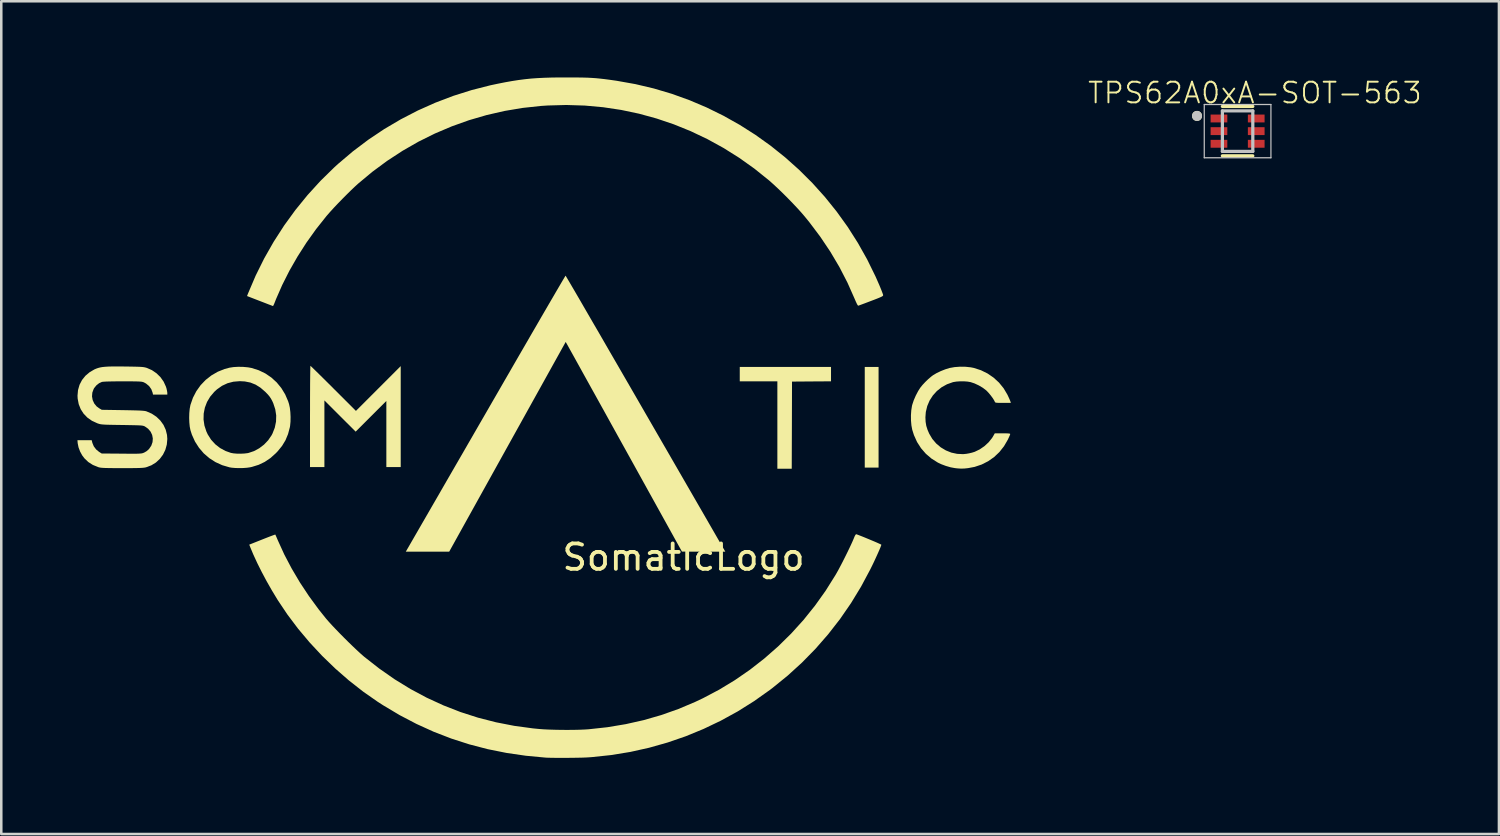
<source format=kicad_pcb>
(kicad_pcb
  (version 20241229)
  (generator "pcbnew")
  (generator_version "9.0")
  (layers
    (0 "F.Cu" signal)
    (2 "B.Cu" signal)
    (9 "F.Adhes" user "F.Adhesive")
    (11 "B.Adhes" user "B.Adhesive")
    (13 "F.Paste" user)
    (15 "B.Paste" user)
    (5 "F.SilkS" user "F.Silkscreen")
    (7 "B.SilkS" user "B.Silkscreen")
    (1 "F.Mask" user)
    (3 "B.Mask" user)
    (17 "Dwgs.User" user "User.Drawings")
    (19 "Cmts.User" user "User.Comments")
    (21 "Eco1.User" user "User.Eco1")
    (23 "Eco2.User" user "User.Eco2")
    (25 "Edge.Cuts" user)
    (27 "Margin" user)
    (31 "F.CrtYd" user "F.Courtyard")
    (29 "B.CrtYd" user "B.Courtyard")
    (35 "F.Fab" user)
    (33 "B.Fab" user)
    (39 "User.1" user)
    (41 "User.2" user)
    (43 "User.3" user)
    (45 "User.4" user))
  (footprint "TPS62A0xA-SOT-563"
    (layer "F.Cu")
    (at 45.695 2.115)
    (property "Reference" "TPS62A0xA-SOT-563" (at 0.681 -1.506 0) (layer "F.SilkS") (effects (font (size 0.813 0.813) (thickness 0.076))))
    (attr smd)
    (fp_line (start -0.599 -0.973) (end 0.599 -0.973) (stroke (width 0.127) (type solid)) (layer "F.SilkS"))
    (fp_line (start -0.599 0.973) (end 0.599 0.973) (stroke (width 0.127) (type solid)) (layer "F.SilkS"))
    (fp_circle (center -1.598 -0.599) (end -1.598 -0.699) (stroke (width 0.198) (type solid)) (fill no) (layer "F.SilkS"))
    (fp_line (start -1.313 -1.049) (end 1.313 -1.049) (stroke (width 0.048) (type solid)) (layer "Dwgs.User"))
    (fp_line (start -1.313 1.049) (end -1.313 -1.049) (stroke (width 0.048) (type solid)) (layer "Dwgs.User"))
    (fp_line (start -0.599 -0.798) (end 0.599 -0.798) (stroke (width 0.127) (type solid)) (layer "Dwgs.User"))
    (fp_line (start -0.599 0.798) (end -0.599 -0.798) (stroke (width 0.127) (type solid)) (layer "Dwgs.User"))
    (fp_line (start 0.599 -0.798) (end 0.599 0.798) (stroke (width 0.127) (type solid)) (layer "Dwgs.User"))
    (fp_line (start 0.599 0.798) (end -0.599 0.798) (stroke (width 0.127) (type solid)) (layer "Dwgs.User"))
    (fp_line (start 1.313 -1.049) (end 1.313 1.049) (stroke (width 0.048) (type solid)) (layer "Dwgs.User"))
    (fp_line (start 1.313 1.049) (end -1.313 1.049) (stroke (width 0.048) (type solid)) (layer "Dwgs.User"))
    (fp_circle (center -1.598 -0.599) (end -1.598 -0.699) (stroke (width 0.198) (type solid)) (fill no) (layer "Dwgs.User"))
    (pad "1" smd rect (at -0.734 -0.498) (size 0.658 0.31) (layers "F.Cu" "F.Mask" "F.Paste"))
    (pad "2" smd rect (at -0.734 0) (size 0.658 0.31) (layers "F.Cu" "F.Mask" "F.Paste"))
    (pad "3" smd rect (at -0.734 0.498) (size 0.658 0.31) (layers "F.Cu" "F.Mask" "F.Paste"))
    (pad "4" smd rect (at 0.734 0.498) (size 0.658 0.31) (layers "F.Cu" "F.Mask" "F.Paste"))
    (pad "5" smd rect (at 0.734 0) (size 0.658 0.31) (layers "F.Cu" "F.Mask" "F.Paste"))
    (pad "6" smd rect (at 0.734 -0.498) (size 0.658 0.31) (layers "F.Cu" "F.Mask" "F.Paste")))
  (footprint "SomaticLogo"
    (layer "F.Cu")
    (at 18.985 13.298)
    (property "Reference" "SomaticLogo" (at 4.888 5.602 0) (unlocked yes) (layer "F.SilkS") (effects (font (size 1 1) (thickness 0.15))))
    (attr board_only exclude_from_pos_files exclude_from_bom)
    (fp_poly (pts (xy 12.569 0.087) (xy 12.569 2.069) (xy 12.297 2.069) (xy 12.025 2.069) (xy 12.025 0.087) (xy 12.025 -1.895) (xy 12.297 -1.895) (xy 12.569 -1.895)) (stroke (width 0) (type solid)) (fill yes) (layer "F.SilkS"))
    (fp_poly (pts (xy 10.696 -1.612) (xy 10.696 -1.329) (xy 9.928 -1.324) (xy 9.16 -1.318) (xy 9.155 0.398) (xy 9.149 2.113) (xy 8.866 2.113) (xy 8.583 2.113) (xy 8.583 0.392) (xy 8.583 -1.329) (xy 7.842 -1.329) (xy 7.102 -1.329) (xy 7.102 -1.612) (xy 7.102 -1.895) (xy 8.899 -1.895) (xy 10.696 -1.895)) (stroke (width 0) (type solid)) (fill yes) (layer "F.SilkS"))
    (fp_poly (pts (xy -9.79 -1.924) (xy -9.744 -1.881) (xy -9.673 -1.812) (xy -9.58 -1.721) (xy -9.467 -1.61) (xy -9.336 -1.481) (xy -9.192 -1.338) (xy -9.037 -1.184) (xy -8.904 -1.051) (xy -8.016 -0.164) (xy -7.134 -1.046) (xy -6.252 -1.928) (xy -6.252 0.06) (xy -6.252 2.048) (xy -6.535 2.048) (xy -6.818 2.048) (xy -6.818 0.746) (xy -6.818 -0.555) (xy -7.423 0.049) (xy -8.027 0.653) (xy -8.643 0.038) (xy -9.258 -0.577) (xy -9.258 0.735) (xy -9.258 2.048) (xy -9.541 2.048) (xy -9.825 2.048) (xy -9.825 0.054) (xy -9.824 -0.236) (xy -9.824 -0.514) (xy -9.823 -0.776) (xy -9.822 -1.019) (xy -9.821 -1.241) (xy -9.819 -1.437) (xy -9.817 -1.605) (xy -9.815 -1.743) (xy -9.813 -1.846) (xy -9.811 -1.912) (xy -9.809 -1.938) (xy -9.808 -1.939)) (stroke (width 0) (type solid)) (fill yes) (layer "F.SilkS"))
    (fp_poly (pts (xy 0.251 -5.475) (xy 0.278 -5.43) (xy 0.322 -5.355) (xy 0.385 -5.25) (xy 0.464 -5.114) (xy 0.562 -4.947) (xy 0.678 -4.748) (xy 0.812 -4.518) (xy 0.964 -4.255) (xy 1.135 -3.96) (xy 1.325 -3.632) (xy 1.535 -3.272) (xy 1.763 -2.877) (xy 2.01 -2.449) (xy 2.278 -1.987) (xy 2.565 -1.491) (xy 2.872 -0.96) (xy 3.199 -0.394) (xy 3.546 0.208) (xy 3.914 0.845) (xy 4.303 1.518) (xy 4.713 2.228) (xy 5.144 2.974) (xy 5.596 3.757) (xy 6.069 4.577) (xy 6.259 4.907) (xy 6.533 5.381) (xy 5.679 5.38) (xy 4.825 5.379) (xy 2.603 1.368) (xy 2.387 0.979) (xy 2.176 0.598) (xy 1.971 0.228) (xy 1.774 -0.129) (xy 1.584 -0.471) (xy 1.404 -0.796) (xy 1.233 -1.103) (xy 1.074 -1.39) (xy 0.927 -1.655) (xy 0.794 -1.896) (xy 0.674 -2.112) (xy 0.57 -2.3) (xy 0.482 -2.458) (xy 0.411 -2.586) (xy 0.359 -2.68) (xy 0.326 -2.74) (xy 0.314 -2.761) (xy 0.246 -2.88) (xy -2.049 1.25) (xy -4.343 5.381) (xy -5.198 5.381) (xy -6.052 5.381) (xy -5.024 3.6) (xy -4.902 3.389) (xy -4.76 3.144) (xy -4.601 2.867) (xy -4.425 2.562) (xy -4.235 2.233) (xy -4.032 1.882) (xy -3.818 1.512) (xy -3.596 1.127) (xy -3.366 0.729) (xy -3.132 0.323) (xy -2.894 -0.088) (xy -2.655 -0.503) (xy -2.416 -0.916) (xy -2.18 -1.326) (xy -1.947 -1.728) (xy -1.886 -1.835) (xy -1.673 -2.204) (xy -1.466 -2.562) (xy -1.265 -2.908) (xy -1.073 -3.241) (xy -0.889 -3.557) (xy -0.716 -3.857) (xy -0.553 -4.137) (xy -0.403 -4.395) (xy -0.265 -4.631) (xy -0.142 -4.843) (xy -0.034 -5.027) (xy 0.058 -5.184) (xy 0.132 -5.31) (xy 0.188 -5.404) (xy 0.224 -5.464) (xy 0.24 -5.489) (xy 0.241 -5.49)) (stroke (width 0) (type solid)) (fill yes) (layer "F.SilkS"))
    (fp_poly (pts (xy -12.455 -1.897) (xy -12.268 -1.88) (xy -12.125 -1.854) (xy -11.845 -1.765) (xy -11.584 -1.639) (xy -11.347 -1.478) (xy -11.136 -1.285) (xy -10.954 -1.063) (xy -10.803 -0.815) (xy -10.686 -0.543) (xy -10.651 -0.434) (xy -10.619 -0.287) (xy -10.599 -0.112) (xy -10.59 0.075) (xy -10.593 0.259) (xy -10.609 0.425) (xy -10.619 0.481) (xy -10.69 0.749) (xy -10.79 0.991) (xy -10.925 1.214) (xy -11.098 1.427) (xy -11.173 1.505) (xy -11.387 1.696) (xy -11.61 1.846) (xy -11.849 1.96) (xy -12.11 2.041) (xy -12.182 2.057) (xy -12.305 2.075) (xy -12.453 2.086) (xy -12.612 2.089) (xy -12.769 2.085) (xy -12.907 2.073) (xy -12.994 2.059) (xy -13.283 1.974) (xy -13.55 1.852) (xy -13.794 1.695) (xy -14.011 1.507) (xy -14.198 1.288) (xy -14.355 1.043) (xy -14.477 0.773) (xy -14.535 0.592) (xy -14.562 0.454) (xy -14.578 0.287) (xy -14.582 0.176) (xy -14.018 0.176) (xy -13.983 0.414) (xy -13.906 0.648) (xy -13.853 0.762) (xy -13.722 0.969) (xy -13.558 1.149) (xy -13.366 1.299) (xy -13.149 1.416) (xy -12.94 1.49) (xy -12.833 1.509) (xy -12.7 1.52) (xy -12.554 1.522) (xy -12.411 1.515) (xy -12.286 1.5) (xy -12.247 1.492) (xy -12.03 1.419) (xy -11.825 1.308) (xy -11.637 1.165) (xy -11.473 0.993) (xy -11.34 0.799) (xy -11.304 0.731) (xy -11.212 0.497) (xy -11.163 0.258) (xy -11.156 0.016) (xy -11.193 -0.226) (xy -11.272 -0.465) (xy -11.308 -0.545) (xy -11.359 -0.641) (xy -11.413 -0.723) (xy -11.48 -0.805) (xy -11.57 -0.898) (xy -11.587 -0.915) (xy -11.774 -1.077) (xy -11.967 -1.198) (xy -12.171 -1.28) (xy -12.392 -1.324) (xy -12.591 -1.335) (xy -12.841 -1.314) (xy -13.073 -1.254) (xy -13.289 -1.153) (xy -13.489 -1.012) (xy -13.595 -0.915) (xy -13.757 -0.724) (xy -13.881 -0.516) (xy -13.966 -0.293) (xy -14.012 -0.061) (xy -14.018 0.176) (xy -14.582 0.176) (xy -14.584 0.105) (xy -14.579 -0.078) (xy -14.563 -0.248) (xy -14.536 -0.391) (xy -14.533 -0.403) (xy -14.435 -0.684) (xy -14.301 -0.942) (xy -14.133 -1.177) (xy -13.935 -1.384) (xy -13.709 -1.561) (xy -13.459 -1.706) (xy -13.187 -1.815) (xy -12.999 -1.865) (xy -12.837 -1.89) (xy -12.65 -1.901)) (stroke (width 0) (type solid)) (fill yes) (layer "F.SilkS"))
    (fp_poly (pts (xy 15.995 -1.902) (xy 16.203 -1.88) (xy 16.323 -1.856) (xy 16.603 -1.765) (xy 16.864 -1.636) (xy 17.101 -1.473) (xy 17.313 -1.278) (xy 17.495 -1.054) (xy 17.644 -0.803) (xy 17.664 -0.761) (xy 17.704 -0.674) (xy 17.738 -0.597) (xy 17.76 -0.542) (xy 17.765 -0.528) (xy 17.779 -0.479) (xy 17.471 -0.479) (xy 17.349 -0.48) (xy 17.263 -0.482) (xy 17.207 -0.486) (xy 17.174 -0.494) (xy 17.157 -0.506) (xy 17.151 -0.517) (xy 17.117 -0.586) (xy 17.061 -0.674) (xy 16.989 -0.771) (xy 16.912 -0.865) (xy 16.836 -0.946) (xy 16.811 -0.97) (xy 16.678 -1.072) (xy 16.518 -1.167) (xy 16.349 -1.246) (xy 16.196 -1.297) (xy 16.077 -1.318) (xy 15.933 -1.329) (xy 15.78 -1.329) (xy 15.634 -1.319) (xy 15.512 -1.299) (xy 15.499 -1.296) (xy 15.265 -1.213) (xy 15.052 -1.095) (xy 14.865 -0.946) (xy 14.707 -0.771) (xy 14.579 -0.572) (xy 14.486 -0.355) (xy 14.43 -0.122) (xy 14.414 0.087) (xy 14.422 0.265) (xy 14.448 0.424) (xy 14.498 0.582) (xy 14.564 0.734) (xy 14.686 0.94) (xy 14.839 1.12) (xy 15.019 1.272) (xy 15.219 1.392) (xy 15.436 1.479) (xy 15.664 1.528) (xy 15.899 1.539) (xy 16.023 1.527) (xy 16.133 1.508) (xy 16.247 1.481) (xy 16.343 1.451) (xy 16.354 1.448) (xy 16.551 1.353) (xy 16.737 1.226) (xy 16.902 1.074) (xy 17.038 0.905) (xy 17.079 0.839) (xy 17.147 0.719) (xy 17.45 0.719) (xy 17.576 0.72) (xy 17.664 0.723) (xy 17.719 0.728) (xy 17.747 0.737) (xy 17.754 0.748) (xy 17.745 0.779) (xy 17.72 0.839) (xy 17.684 0.917) (xy 17.659 0.971) (xy 17.51 1.227) (xy 17.33 1.455) (xy 17.121 1.653) (xy 16.886 1.818) (xy 16.63 1.948) (xy 16.354 2.041) (xy 16.095 2.09) (xy 15.945 2.106) (xy 15.814 2.109) (xy 15.679 2.101) (xy 15.575 2.089) (xy 15.404 2.057) (xy 15.218 2.003) (xy 15.037 1.935) (xy 14.904 1.872) (xy 14.652 1.713) (xy 14.431 1.524) (xy 14.241 1.305) (xy 14.084 1.06) (xy 13.962 0.789) (xy 13.895 0.577) (xy 13.863 0.408) (xy 13.846 0.215) (xy 13.844 0.013) (xy 13.857 -0.183) (xy 13.884 -0.357) (xy 13.895 -0.403) (xy 13.954 -0.581) (xy 14.035 -0.768) (xy 14.129 -0.947) (xy 14.212 -1.077) (xy 14.299 -1.185) (xy 14.409 -1.303) (xy 14.528 -1.418) (xy 14.645 -1.517) (xy 14.711 -1.567) (xy 14.852 -1.651) (xy 15.019 -1.731) (xy 15.195 -1.801) (xy 15.363 -1.853) (xy 15.371 -1.855) (xy 15.563 -1.889) (xy 15.776 -1.905)) (stroke (width 0) (type solid)) (fill yes) (layer "F.SilkS"))
    (fp_poly (pts (xy 0.497 -13.298) (xy 0.728 -13.296) (xy 0.931 -13.293) (xy 1.113 -13.288) (xy 1.28 -13.279) (xy 1.44 -13.268) (xy 1.601 -13.252) (xy 1.769 -13.233) (xy 1.953 -13.209) (xy 2.159 -13.18) (xy 2.255 -13.166) (xy 2.991 -13.035) (xy 3.715 -12.864) (xy 4.425 -12.653) (xy 5.12 -12.403) (xy 5.798 -12.115) (xy 6.459 -11.79) (xy 7.1 -11.43) (xy 7.72 -11.036) (xy 8.317 -10.609) (xy 8.891 -10.149) (xy 9.44 -9.659) (xy 9.962 -9.139) (xy 10.456 -8.59) (xy 10.92 -8.013) (xy 11.353 -7.411) (xy 11.753 -6.782) (xy 12.12 -6.13) (xy 12.451 -5.455) (xy 12.599 -5.118) (xy 12.647 -5.002) (xy 12.689 -4.897) (xy 12.722 -4.81) (xy 12.743 -4.751) (xy 12.749 -4.729) (xy 12.748 -4.712) (xy 12.738 -4.696) (xy 12.714 -4.677) (xy 12.672 -4.655) (xy 12.607 -4.626) (xy 12.514 -4.588) (xy 12.388 -4.539) (xy 12.275 -4.496) (xy 12.138 -4.444) (xy 12.014 -4.397) (xy 11.909 -4.358) (xy 11.829 -4.329) (xy 11.78 -4.311) (xy 11.767 -4.308) (xy 11.747 -4.325) (xy 11.715 -4.381) (xy 11.672 -4.473) (xy 11.619 -4.596) (xy 11.619 -4.596) (xy 11.343 -5.217) (xy 11.026 -5.831) (xy 10.669 -6.434) (xy 10.273 -7.024) (xy 9.841 -7.598) (xy 9.651 -7.831) (xy 9.517 -7.987) (xy 9.357 -8.163) (xy 9.178 -8.353) (xy 8.989 -8.547) (xy 8.796 -8.74) (xy 8.607 -8.922) (xy 8.43 -9.087) (xy 8.272 -9.228) (xy 8.253 -9.244) (xy 7.676 -9.708) (xy 7.077 -10.134) (xy 6.46 -10.521) (xy 5.825 -10.87) (xy 5.173 -11.18) (xy 4.507 -11.45) (xy 3.827 -11.68) (xy 3.134 -11.87) (xy 2.431 -12.018) (xy 1.719 -12.125) (xy 0.998 -12.19) (xy 0.271 -12.213) (xy -0.461 -12.193) (xy -0.719 -12.176) (xy -1.445 -12.098) (xy -2.162 -11.978) (xy -2.868 -11.816) (xy -3.561 -11.614) (xy -4.241 -11.371) (xy -4.905 -11.089) (xy -5.552 -10.768) (xy -6.18 -10.408) (xy -6.788 -10.011) (xy -7.375 -9.577) (xy -7.922 -9.121) (xy -8.057 -8.998) (xy -8.212 -8.851) (xy -8.379 -8.686) (xy -8.551 -8.513) (xy -8.722 -8.337) (xy -8.884 -8.166) (xy -9.029 -8.007) (xy -9.151 -7.868) (xy -9.183 -7.83) (xy -9.588 -7.32) (xy -9.967 -6.789) (xy -10.317 -6.242) (xy -10.636 -5.685) (xy -10.919 -5.124) (xy -11.164 -4.565) (xy -11.209 -4.449) (xy -11.239 -4.375) (xy -11.265 -4.32) (xy -11.281 -4.295) (xy -11.283 -4.294) (xy -11.306 -4.302) (xy -11.363 -4.324) (xy -11.451 -4.357) (xy -11.561 -4.4) (xy -11.69 -4.45) (xy -11.8 -4.492) (xy -12.305 -4.688) (xy -12.261 -4.8) (xy -11.965 -5.493) (xy -11.629 -6.17) (xy -11.255 -6.827) (xy -10.845 -7.464) (xy -10.4 -8.077) (xy -9.922 -8.664) (xy -9.413 -9.223) (xy -8.873 -9.752) (xy -8.721 -9.891) (xy -8.139 -10.384) (xy -7.532 -10.842) (xy -6.902 -11.264) (xy -6.25 -11.648) (xy -5.579 -11.995) (xy -4.889 -12.303) (xy -4.182 -12.572) (xy -3.459 -12.8) (xy -2.723 -12.988) (xy -2.44 -13.048) (xy -2.142 -13.107) (xy -1.868 -13.156) (xy -1.61 -13.196) (xy -1.361 -13.228) (xy -1.112 -13.254) (xy -0.856 -13.272) (xy -0.584 -13.285) (xy -0.29 -13.294) (xy 0.037 -13.298) (xy 0.229 -13.298)) (stroke (width 0) (type solid)) (fill yes) (layer "F.SilkS"))
    (fp_poly (pts (xy 11.789 4.729) (xy 11.899 4.772) (xy 12.021 4.821) (xy 12.149 4.874) (xy 12.276 4.927) (xy 12.396 4.977) (xy 12.502 5.023) (xy 12.589 5.062) (xy 12.649 5.09) (xy 12.677 5.105) (xy 12.678 5.107) (xy 12.669 5.141) (xy 12.644 5.208) (xy 12.604 5.303) (xy 12.553 5.42) (xy 12.493 5.553) (xy 12.427 5.697) (xy 12.357 5.846) (xy 12.285 5.993) (xy 12.243 6.078) (xy 11.881 6.755) (xy 11.484 7.407) (xy 11.052 8.033) (xy 10.585 8.633) (xy 10.086 9.205) (xy 9.554 9.748) (xy 8.99 10.262) (xy 8.395 10.745) (xy 8.289 10.826) (xy 7.664 11.269) (xy 7.02 11.673) (xy 6.355 12.038) (xy 5.673 12.364) (xy 4.975 12.651) (xy 4.261 12.897) (xy 3.533 13.103) (xy 2.792 13.268) (xy 2.039 13.391) (xy 1.276 13.472) (xy 1.122 13.483) (xy 1.022 13.488) (xy 0.889 13.493) (xy 0.731 13.496) (xy 0.554 13.499) (xy 0.366 13.501) (xy 0.176 13.502) (xy -0.009 13.502) (xy -0.181 13.501) (xy -0.333 13.499) (xy -0.457 13.496) (xy -0.545 13.492) (xy -1.327 13.418) (xy -2.088 13.307) (xy -2.83 13.158) (xy -3.554 12.969) (xy -4.261 12.741) (xy -4.952 12.474) (xy -5.63 12.166) (xy -6.295 11.818) (xy -6.949 11.428) (xy -7.163 11.29) (xy -7.735 10.89) (xy -8.293 10.453) (xy -8.831 9.983) (xy -9.347 9.484) (xy -9.836 8.96) (xy -10.294 8.415) (xy -10.717 7.853) (xy -11.102 7.278) (xy -11.116 7.254) (xy -11.329 6.902) (xy -11.534 6.542) (xy -11.725 6.184) (xy -11.9 5.834) (xy -12.054 5.501) (xy -12.176 5.21) (xy -12.218 5.104) (xy -11.707 4.901) (xy -11.568 4.846) (xy -11.443 4.797) (xy -11.337 4.757) (xy -11.256 4.727) (xy -11.206 4.71) (xy -11.191 4.707) (xy -11.18 4.73) (xy -11.156 4.784) (xy -11.123 4.862) (xy -11.087 4.945) (xy -10.837 5.493) (xy -10.547 6.044) (xy -10.223 6.592) (xy -9.867 7.13) (xy -9.484 7.653) (xy -9.192 8.018) (xy -9.092 8.133) (xy -8.966 8.272) (xy -8.819 8.427) (xy -8.658 8.594) (xy -8.488 8.766) (xy -8.316 8.937) (xy -8.147 9.101) (xy -7.987 9.253) (xy -7.843 9.386) (xy -7.721 9.493) (xy -7.691 9.519) (xy -7.1 9.982) (xy -6.493 10.406) (xy -5.869 10.789) (xy -5.228 11.132) (xy -4.571 11.434) (xy -3.897 11.697) (xy -3.207 11.919) (xy -2.501 12.1) (xy -1.779 12.241) (xy -1.041 12.341) (xy -0.806 12.364) (xy -0.624 12.378) (xy -0.41 12.388) (xy -0.174 12.395) (xy 0.074 12.4) (xy 0.326 12.401) (xy 0.571 12.399) (xy 0.8 12.394) (xy 1.003 12.385) (xy 1.144 12.376) (xy 1.887 12.295) (xy 2.612 12.174) (xy 3.319 12.015) (xy 4.01 11.816) (xy 4.686 11.577) (xy 5.348 11.297) (xy 5.652 11.153) (xy 6.289 10.817) (xy 6.906 10.443) (xy 7.499 10.034) (xy 8.068 9.59) (xy 8.611 9.114) (xy 9.126 8.607) (xy 9.611 8.072) (xy 10.064 7.508) (xy 10.484 6.919) (xy 10.869 6.306) (xy 10.913 6.23) (xy 10.98 6.111) (xy 11.058 5.964) (xy 11.144 5.799) (xy 11.233 5.623) (xy 11.322 5.444) (xy 11.406 5.271) (xy 11.481 5.112) (xy 11.544 4.974) (xy 11.59 4.866) (xy 11.591 4.863) (xy 11.629 4.772) (xy 11.659 4.718) (xy 11.682 4.695) (xy 11.697 4.695)) (stroke (width 0) (type solid)) (fill yes) (layer "F.SilkS"))
    (fp_poly (pts (xy -17.201 -1.913) (xy -17.081 -1.912) (xy -16.887 -1.909) (xy -16.73 -1.906) (xy -16.607 -1.903) (xy -16.51 -1.899) (xy -16.435 -1.894) (xy -16.376 -1.887) (xy -16.328 -1.878) (xy -16.285 -1.867) (xy -16.249 -1.856) (xy -16.05 -1.768) (xy -15.87 -1.645) (xy -15.715 -1.493) (xy -15.59 -1.316) (xy -15.5 -1.12) (xy -15.476 -1.043) (xy -15.459 -0.965) (xy -15.447 -0.895) (xy -15.445 -0.866) (xy -15.445 -0.806) (xy -15.726 -0.806) (xy -16.008 -0.806) (xy -16.023 -0.877) (xy -16.075 -1.018) (xy -16.163 -1.142) (xy -16.282 -1.241) (xy -16.36 -1.284) (xy -16.388 -1.296) (xy -16.419 -1.305) (xy -16.456 -1.313) (xy -16.506 -1.318) (xy -16.572 -1.322) (xy -16.66 -1.325) (xy -16.774 -1.327) (xy -16.92 -1.328) (xy -17.102 -1.328) (xy -17.198 -1.328) (xy -17.403 -1.328) (xy -17.586 -1.326) (xy -17.743 -1.323) (xy -17.869 -1.319) (xy -17.961 -1.313) (xy -18.014 -1.307) (xy -18.02 -1.306) (xy -18.132 -1.255) (xy -18.237 -1.172) (xy -18.324 -1.066) (xy -18.347 -1.026) (xy -18.399 -0.883) (xy -18.411 -0.735) (xy -18.385 -0.591) (xy -18.324 -0.457) (xy -18.23 -0.342) (xy -18.129 -0.267) (xy -18.026 -0.207) (xy -17.198 -0.194) (xy -16.977 -0.19) (xy -16.794 -0.186) (xy -16.647 -0.182) (xy -16.53 -0.178) (xy -16.439 -0.172) (xy -16.37 -0.166) (xy -16.318 -0.159) (xy -16.279 -0.15) (xy -16.266 -0.146) (xy -16.058 -0.055) (xy -15.874 0.067) (xy -15.72 0.216) (xy -15.596 0.387) (xy -15.508 0.578) (xy -15.457 0.783) (xy -15.445 0.941) (xy -15.465 1.162) (xy -15.523 1.37) (xy -15.616 1.56) (xy -15.741 1.727) (xy -15.894 1.869) (xy -16.073 1.979) (xy -16.275 2.055) (xy -16.284 2.058) (xy -16.326 2.067) (xy -16.379 2.074) (xy -16.447 2.08) (xy -16.535 2.084) (xy -16.647 2.087) (xy -16.788 2.089) (xy -16.962 2.09) (xy -17.174 2.09) (xy -17.23 2.09) (xy -17.445 2.09) (xy -17.621 2.089) (xy -17.763 2.087) (xy -17.875 2.085) (xy -17.963 2.081) (xy -18.031 2.076) (xy -18.083 2.07) (xy -18.125 2.062) (xy -18.161 2.052) (xy -18.168 2.05) (xy -18.378 1.964) (xy -18.557 1.85) (xy -18.707 1.707) (xy -18.798 1.587) (xy -18.88 1.437) (xy -18.942 1.272) (xy -18.975 1.11) (xy -18.977 1.089) (xy -18.985 0.991) (xy -18.704 0.991) (xy -18.423 0.991) (xy -18.397 1.096) (xy -18.341 1.232) (xy -18.249 1.354) (xy -18.134 1.449) (xy -18.03 1.514) (xy -17.25 1.52) (xy -17.044 1.522) (xy -16.878 1.523) (xy -16.745 1.523) (xy -16.641 1.522) (xy -16.562 1.519) (xy -16.502 1.515) (xy -16.457 1.51) (xy -16.422 1.502) (xy -16.392 1.492) (xy -16.362 1.48) (xy -16.359 1.479) (xy -16.265 1.425) (xy -16.178 1.35) (xy -16.164 1.335) (xy -16.076 1.205) (xy -16.027 1.065) (xy -16.016 0.923) (xy -16.042 0.783) (xy -16.104 0.653) (xy -16.201 0.539) (xy -16.327 0.45) (xy -16.351 0.438) (xy -16.377 0.428) (xy -16.409 0.42) (xy -16.453 0.413) (xy -16.511 0.408) (xy -16.59 0.404) (xy -16.694 0.401) (xy -16.826 0.398) (xy -16.993 0.395) (xy -17.198 0.391) (xy -17.231 0.391) (xy -17.441 0.388) (xy -17.613 0.385) (xy -17.751 0.382) (xy -17.86 0.379) (xy -17.946 0.374) (xy -18.012 0.369) (xy -18.064 0.362) (xy -18.106 0.354) (xy -18.145 0.343) (xy -18.184 0.33) (xy -18.203 0.323) (xy -18.412 0.227) (xy -18.592 0.101) (xy -18.741 -0.053) (xy -18.856 -0.231) (xy -18.935 -0.43) (xy -18.976 -0.647) (xy -18.982 -0.762) (xy -18.962 -0.985) (xy -18.902 -1.193) (xy -18.804 -1.381) (xy -18.671 -1.547) (xy -18.503 -1.689) (xy -18.318 -1.797) (xy -18.246 -1.828) (xy -18.172 -1.854) (xy -18.092 -1.875) (xy -18.001 -1.891) (xy -17.893 -1.902) (xy -17.765 -1.91) (xy -17.609 -1.914) (xy -17.423 -1.915)) (stroke (width 0) (type solid)) (fill yes) (layer "F.SilkS")))
  (gr_rect
    (start -3 -3)
    (end 55.989 29.8)
    (stroke (width 0.1) (type default))
    (fill no)
    (layer "Edge.Cuts")))
</source>
